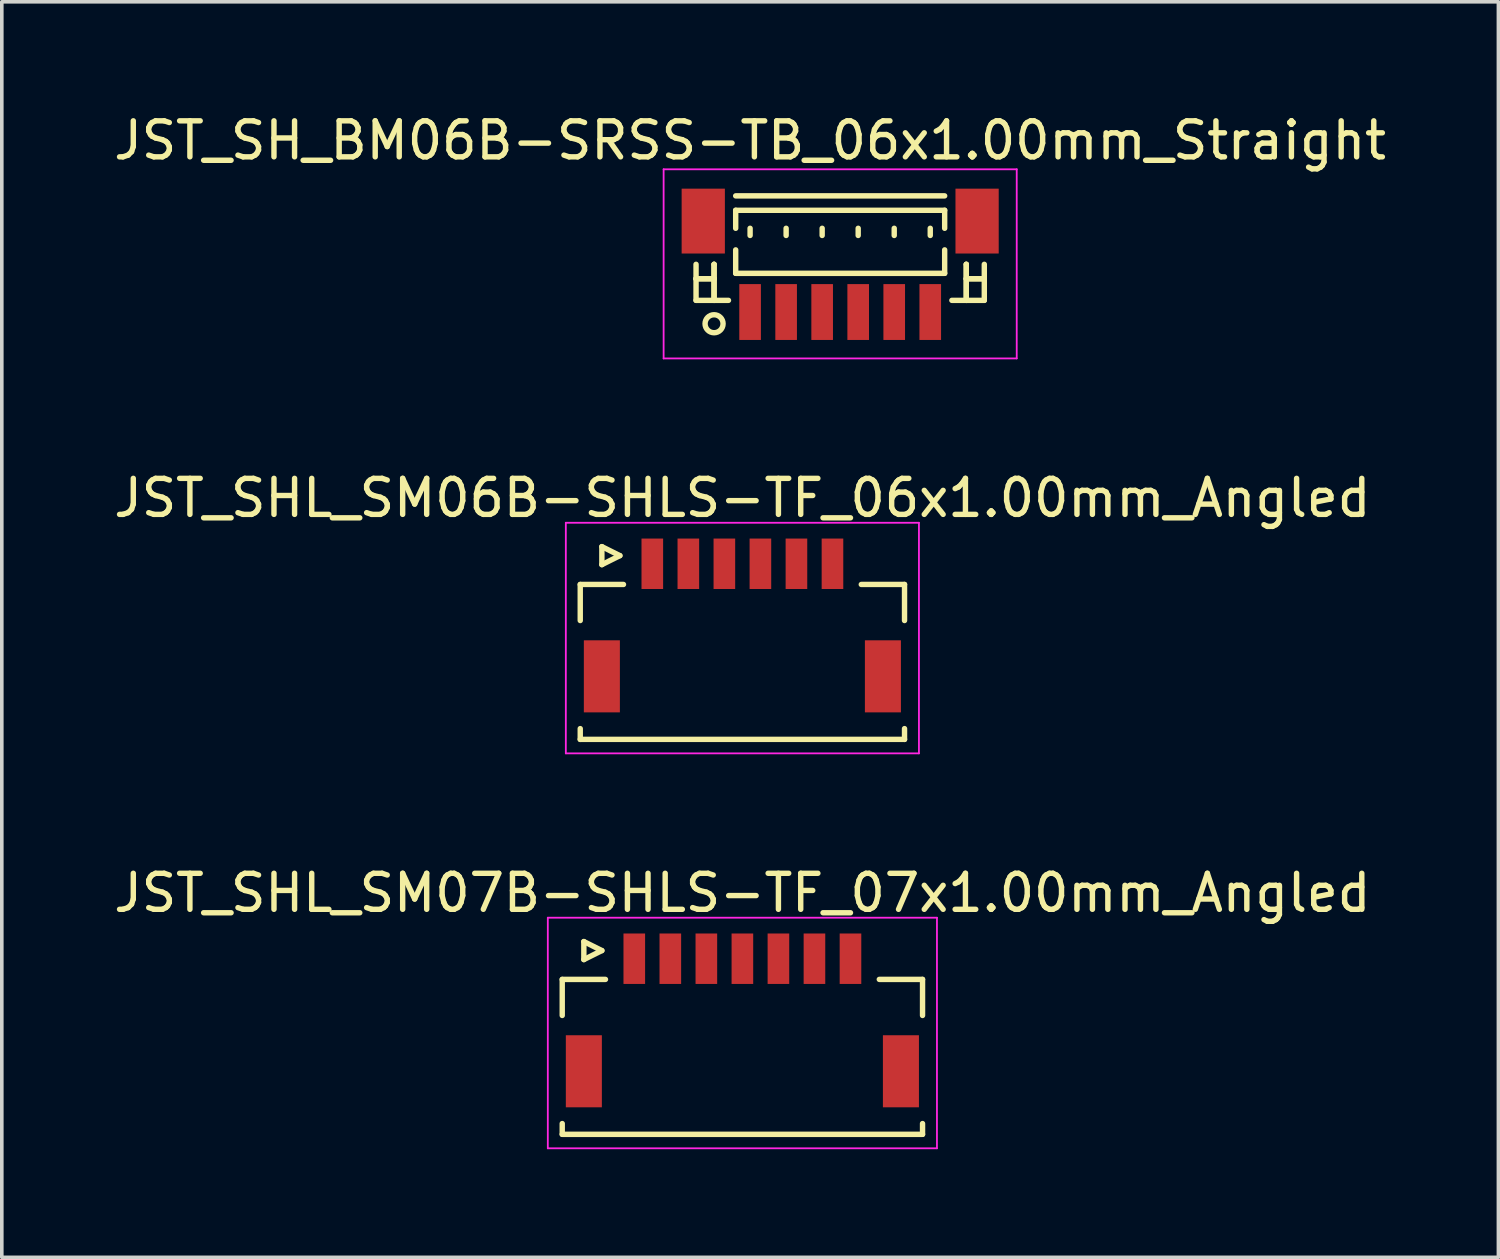
<source format=kicad_pcb>
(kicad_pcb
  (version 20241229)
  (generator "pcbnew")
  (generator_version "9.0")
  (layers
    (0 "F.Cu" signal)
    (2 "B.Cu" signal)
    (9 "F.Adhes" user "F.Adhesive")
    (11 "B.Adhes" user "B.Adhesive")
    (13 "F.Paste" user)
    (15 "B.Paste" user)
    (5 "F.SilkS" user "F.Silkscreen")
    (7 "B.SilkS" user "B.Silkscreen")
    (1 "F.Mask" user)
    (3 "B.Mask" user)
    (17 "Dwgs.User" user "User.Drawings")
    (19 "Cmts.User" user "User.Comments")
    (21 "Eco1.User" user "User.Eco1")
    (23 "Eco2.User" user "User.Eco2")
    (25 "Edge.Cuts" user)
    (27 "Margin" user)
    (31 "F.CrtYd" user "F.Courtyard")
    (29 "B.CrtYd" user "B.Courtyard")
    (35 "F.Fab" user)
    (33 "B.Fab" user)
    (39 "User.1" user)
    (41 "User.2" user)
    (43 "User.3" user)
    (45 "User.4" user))
  (footprint "JST_SHL_SM07B-SHLS-TF_07x1.00mm_Angled"
    (layer "F.Cu")
    (at 17.554 25.12)
    (property "Reference" "JST_SHL_SM07B-SHLS-TF_07x1.00mm_Angled" (at 0 -3.388 0) (layer "F.SilkS") (effects (font (size 1 1) (thickness 0.15))))
    (attr smd)
    (fp_line (start -5 -0.988) (end -3.8 -0.988) (stroke (width 0.15) (type solid)) (layer "F.SilkS"))
    (fp_line (start -5 0.013) (end -5 -0.988) (stroke (width 0.15) (type solid)) (layer "F.SilkS"))
    (fp_line (start -5 3.013) (end -5 3.312) (stroke (width 0.15) (type solid)) (layer "F.SilkS"))
    (fp_line (start -5 3.312) (end 5 3.312) (stroke (width 0.15) (type solid)) (layer "F.SilkS"))
    (fp_line (start -4.4 -2.038) (end -4.4 -1.538) (stroke (width 0.15) (type solid)) (layer "F.SilkS"))
    (fp_line (start -4.4 -1.538) (end -3.9 -1.788) (stroke (width 0.15) (type solid)) (layer "F.SilkS"))
    (fp_line (start -3.9 -1.788) (end -4.4 -2.038) (stroke (width 0.15) (type solid)) (layer "F.SilkS"))
    (fp_line (start 5 -0.988) (end 3.8 -0.988) (stroke (width 0.15) (type solid)) (layer "F.SilkS"))
    (fp_line (start 5 0.013) (end 5 -0.988) (stroke (width 0.15) (type solid)) (layer "F.SilkS"))
    (fp_line (start 5 3.312) (end 5 3.013) (stroke (width 0.15) (type solid)) (layer "F.SilkS"))
    (fp_line (start -5.4 -2.7) (end -5.4 3.7) (stroke (width 0.05) (type solid)) (layer "F.CrtYd"))
    (fp_line (start -5.4 3.7) (end 5.4 3.7) (stroke (width 0.05) (type solid)) (layer "F.CrtYd"))
    (fp_line (start 5.4 -2.7) (end -5.4 -2.7) (stroke (width 0.05) (type solid)) (layer "F.CrtYd"))
    (fp_line (start 5.4 3.7) (end 5.4 -2.7) (stroke (width 0.05) (type solid)) (layer "F.CrtYd"))
    (pad "" smd rect (at -4.4 1.562) (size 1 2) (layers "F.Cu" "F.Mask" "F.Paste"))
    (pad "" smd rect (at 4.4 1.562) (size 1 2) (layers "F.Cu" "F.Mask" "F.Paste"))
    (pad "1" smd rect (at -3 -1.562) (size 0.6 1.4) (layers "F.Cu" "F.Mask" "F.Paste"))
    (pad "2" smd rect (at -2 -1.562) (size 0.6 1.4) (layers "F.Cu" "F.Mask" "F.Paste"))
    (pad "3" smd rect (at -1 -1.562) (size 0.6 1.4) (layers "F.Cu" "F.Mask" "F.Paste"))
    (pad "4" smd rect (at 0 -1.562) (size 0.6 1.4) (layers "F.Cu" "F.Mask" "F.Paste"))
    (pad "5" smd rect (at 1 -1.562) (size 0.6 1.4) (layers "F.Cu" "F.Mask" "F.Paste"))
    (pad "6" smd rect (at 2 -1.562) (size 0.6 1.4) (layers "F.Cu" "F.Mask" "F.Paste"))
    (pad "7" smd rect (at 3 -1.562) (size 0.6 1.4) (layers "F.Cu" "F.Mask" "F.Paste")))
  (footprint "JST_SH_BM06B-SRSS-TB_06x1.00mm_Straight"
    (layer "F.Cu")
    (at 20.268 4.348)
    (property "Reference" "JST_SH_BM06B-SRSS-TB_06x1.00mm_Straight" (at -2.5 -3.5 0) (layer "F.SilkS") (effects (font (size 1 1) (thickness 0.15))))
    (attr smd)
    (fp_line (start -4 -0.062) (end -4 0.938) (stroke (width 0.15) (type solid)) (layer "F.SilkS"))
    (fp_line (start -4 0.338) (end -4 0.338) (stroke (width 0.15) (type solid)) (layer "F.SilkS"))
    (fp_line (start -4 0.338) (end -3.5 0.338) (stroke (width 0.15) (type solid)) (layer "F.SilkS"))
    (fp_line (start -4 0.938) (end -3.1 0.938) (stroke (width 0.15) (type solid)) (layer "F.SilkS"))
    (fp_line (start -3.5 -0.062) (end -3.5 -0.062) (stroke (width 0.15) (type solid)) (layer "F.SilkS"))
    (fp_line (start -3.5 -0.062) (end -3.5 0.938) (stroke (width 0.15) (type solid)) (layer "F.SilkS"))
    (fp_line (start -3.5 0.338) (end -4 0.338) (stroke (width 0.15) (type solid)) (layer "F.SilkS"))
    (fp_line (start -3.5 0.338) (end -3.5 0.338) (stroke (width 0.15) (type solid)) (layer "F.SilkS"))
    (fp_line (start -3.5 0.938) (end -3.5 -0.062) (stroke (width 0.15) (type solid)) (layer "F.SilkS"))
    (fp_line (start -3.5 0.938) (end -3.5 0.938) (stroke (width 0.15) (type solid)) (layer "F.SilkS"))
    (fp_line (start -2.9 -1.962) (end 2.9 -1.962) (stroke (width 0.15) (type solid)) (layer "F.SilkS"))
    (fp_line (start -2.9 -1.562) (end 2.9 -1.562) (stroke (width 0.15) (type solid)) (layer "F.SilkS"))
    (fp_line (start -2.9 -1.062) (end -2.9 -1.562) (stroke (width 0.15) (type solid)) (layer "F.SilkS"))
    (fp_line (start -2.9 -0.463) (end -2.9 0.188) (stroke (width 0.15) (type solid)) (layer "F.SilkS"))
    (fp_line (start -2.9 0.188) (end 2.9 0.188) (stroke (width 0.15) (type solid)) (layer "F.SilkS"))
    (fp_line (start -2.5 -1.062) (end -2.5 -0.863) (stroke (width 0.15) (type solid)) (layer "F.SilkS"))
    (fp_line (start -1.5 -1.062) (end -1.5 -0.863) (stroke (width 0.15) (type solid)) (layer "F.SilkS"))
    (fp_line (start -0.5 -1.062) (end -0.5 -0.863) (stroke (width 0.15) (type solid)) (layer "F.SilkS"))
    (fp_line (start 0.5 -1.062) (end 0.5 -0.863) (stroke (width 0.15) (type solid)) (layer "F.SilkS"))
    (fp_line (start 1.5 -1.062) (end 1.5 -0.863) (stroke (width 0.15) (type solid)) (layer "F.SilkS"))
    (fp_line (start 2.5 -1.062) (end 2.5 -0.863) (stroke (width 0.15) (type solid)) (layer "F.SilkS"))
    (fp_line (start 2.9 -1.562) (end 2.9 -1.062) (stroke (width 0.15) (type solid)) (layer "F.SilkS"))
    (fp_line (start 2.9 0.188) (end 2.9 -0.463) (stroke (width 0.15) (type solid)) (layer "F.SilkS"))
    (fp_line (start 3.5 -0.062) (end 3.5 -0.062) (stroke (width 0.15) (type solid)) (layer "F.SilkS"))
    (fp_line (start 3.5 -0.062) (end 3.5 0.938) (stroke (width 0.15) (type solid)) (layer "F.SilkS"))
    (fp_line (start 3.5 0.338) (end 3.5 0.338) (stroke (width 0.15) (type solid)) (layer "F.SilkS"))
    (fp_line (start 3.5 0.338) (end 4 0.338) (stroke (width 0.15) (type solid)) (layer "F.SilkS"))
    (fp_line (start 3.5 0.938) (end 3.5 -0.062) (stroke (width 0.15) (type solid)) (layer "F.SilkS"))
    (fp_line (start 3.5 0.938) (end 3.5 0.938) (stroke (width 0.15) (type solid)) (layer "F.SilkS"))
    (fp_line (start 4 -0.062) (end 4 0.938) (stroke (width 0.15) (type solid)) (layer "F.SilkS"))
    (fp_line (start 4 0.338) (end 3.5 0.338) (stroke (width 0.15) (type solid)) (layer "F.SilkS"))
    (fp_line (start 4 0.338) (end 4 0.338) (stroke (width 0.15) (type solid)) (layer "F.SilkS"))
    (fp_line (start 4 0.938) (end 3.1 0.938) (stroke (width 0.15) (type solid)) (layer "F.SilkS"))
    (fp_circle (center -3.5 1.587) (end -3.25 1.587) (stroke (width 0.15) (type solid)) (fill no) (layer "F.SilkS"))
    (fp_line (start -4.9 -2.7) (end 4.9 -2.7) (stroke (width 0.05) (type solid)) (layer "F.CrtYd"))
    (fp_line (start -4.9 2.55) (end -4.9 -2.7) (stroke (width 0.05) (type solid)) (layer "F.CrtYd"))
    (fp_line (start 4.9 -2.7) (end 4.9 2.55) (stroke (width 0.05) (type solid)) (layer "F.CrtYd"))
    (fp_line (start 4.9 2.55) (end -4.9 2.55) (stroke (width 0.05) (type solid)) (layer "F.CrtYd"))
    (pad "" smd rect (at -3.8 -1.262) (size 1.2 1.8) (layers "F.Cu" "F.Mask" "F.Paste"))
    (pad "" smd rect (at 3.8 -1.262) (size 1.2 1.8) (layers "F.Cu" "F.Mask" "F.Paste"))
    (pad "1" smd rect (at -2.5 1.262) (size 0.6 1.55) (layers "F.Cu" "F.Mask" "F.Paste"))
    (pad "2" smd rect (at -1.5 1.262) (size 0.6 1.55) (layers "F.Cu" "F.Mask" "F.Paste"))
    (pad "3" smd rect (at -0.5 1.262) (size 0.6 1.55) (layers "F.Cu" "F.Mask" "F.Paste"))
    (pad "4" smd rect (at 0.5 1.262) (size 0.6 1.55) (layers "F.Cu" "F.Mask" "F.Paste"))
    (pad "5" smd rect (at 1.5 1.262) (size 0.6 1.55) (layers "F.Cu" "F.Mask" "F.Paste"))
    (pad "6" smd rect (at 2.5 1.262) (size 0.6 1.55) (layers "F.Cu" "F.Mask" "F.Paste")))
  (footprint "JST_SHL_SM06B-SHLS-TF_06x1.00mm_Angled"
    (layer "F.Cu")
    (at 17.554 14.159)
    (property "Reference" "JST_SHL_SM06B-SHLS-TF_06x1.00mm_Angled" (at 0 -3.388 0) (layer "F.SilkS") (effects (font (size 1 1) (thickness 0.15))))
    (attr smd)
    (fp_line (start -4.5 -0.988) (end -3.3 -0.988) (stroke (width 0.15) (type solid)) (layer "F.SilkS"))
    (fp_line (start -4.5 0.013) (end -4.5 -0.988) (stroke (width 0.15) (type solid)) (layer "F.SilkS"))
    (fp_line (start -4.5 3.013) (end -4.5 3.312) (stroke (width 0.15) (type solid)) (layer "F.SilkS"))
    (fp_line (start -4.5 3.312) (end 4.5 3.312) (stroke (width 0.15) (type solid)) (layer "F.SilkS"))
    (fp_line (start -3.9 -2.038) (end -3.9 -1.538) (stroke (width 0.15) (type solid)) (layer "F.SilkS"))
    (fp_line (start -3.9 -1.538) (end -3.4 -1.788) (stroke (width 0.15) (type solid)) (layer "F.SilkS"))
    (fp_line (start -3.4 -1.788) (end -3.9 -2.038) (stroke (width 0.15) (type solid)) (layer "F.SilkS"))
    (fp_line (start 4.5 -0.988) (end 3.3 -0.988) (stroke (width 0.15) (type solid)) (layer "F.SilkS"))
    (fp_line (start 4.5 0.013) (end 4.5 -0.988) (stroke (width 0.15) (type solid)) (layer "F.SilkS"))
    (fp_line (start 4.5 3.312) (end 4.5 3.013) (stroke (width 0.15) (type solid)) (layer "F.SilkS"))
    (fp_line (start -4.9 -2.7) (end -4.9 3.7) (stroke (width 0.05) (type solid)) (layer "F.CrtYd"))
    (fp_line (start -4.9 3.7) (end 4.9 3.7) (stroke (width 0.05) (type solid)) (layer "F.CrtYd"))
    (fp_line (start 4.9 -2.7) (end -4.9 -2.7) (stroke (width 0.05) (type solid)) (layer "F.CrtYd"))
    (fp_line (start 4.9 3.7) (end 4.9 -2.7) (stroke (width 0.05) (type solid)) (layer "F.CrtYd"))
    (pad "" smd rect (at -3.9 1.562) (size 1 2) (layers "F.Cu" "F.Mask" "F.Paste"))
    (pad "" smd rect (at 3.9 1.562) (size 1 2) (layers "F.Cu" "F.Mask" "F.Paste"))
    (pad "1" smd rect (at -2.5 -1.562) (size 0.6 1.4) (layers "F.Cu" "F.Mask" "F.Paste"))
    (pad "2" smd rect (at -1.5 -1.562) (size 0.6 1.4) (layers "F.Cu" "F.Mask" "F.Paste"))
    (pad "3" smd rect (at -0.5 -1.562) (size 0.6 1.4) (layers "F.Cu" "F.Mask" "F.Paste"))
    (pad "4" smd rect (at 0.5 -1.562) (size 0.6 1.4) (layers "F.Cu" "F.Mask" "F.Paste"))
    (pad "5" smd rect (at 1.5 -1.562) (size 0.6 1.4) (layers "F.Cu" "F.Mask" "F.Paste"))
    (pad "6" smd rect (at 2.5 -1.562) (size 0.6 1.4) (layers "F.Cu" "F.Mask" "F.Paste")))
  (gr_rect
    (start -3 -3)
    (end 38.536 31.845)
    (stroke (width 0.1) (type default))
    (fill no)
    (layer "Edge.Cuts")))
</source>
